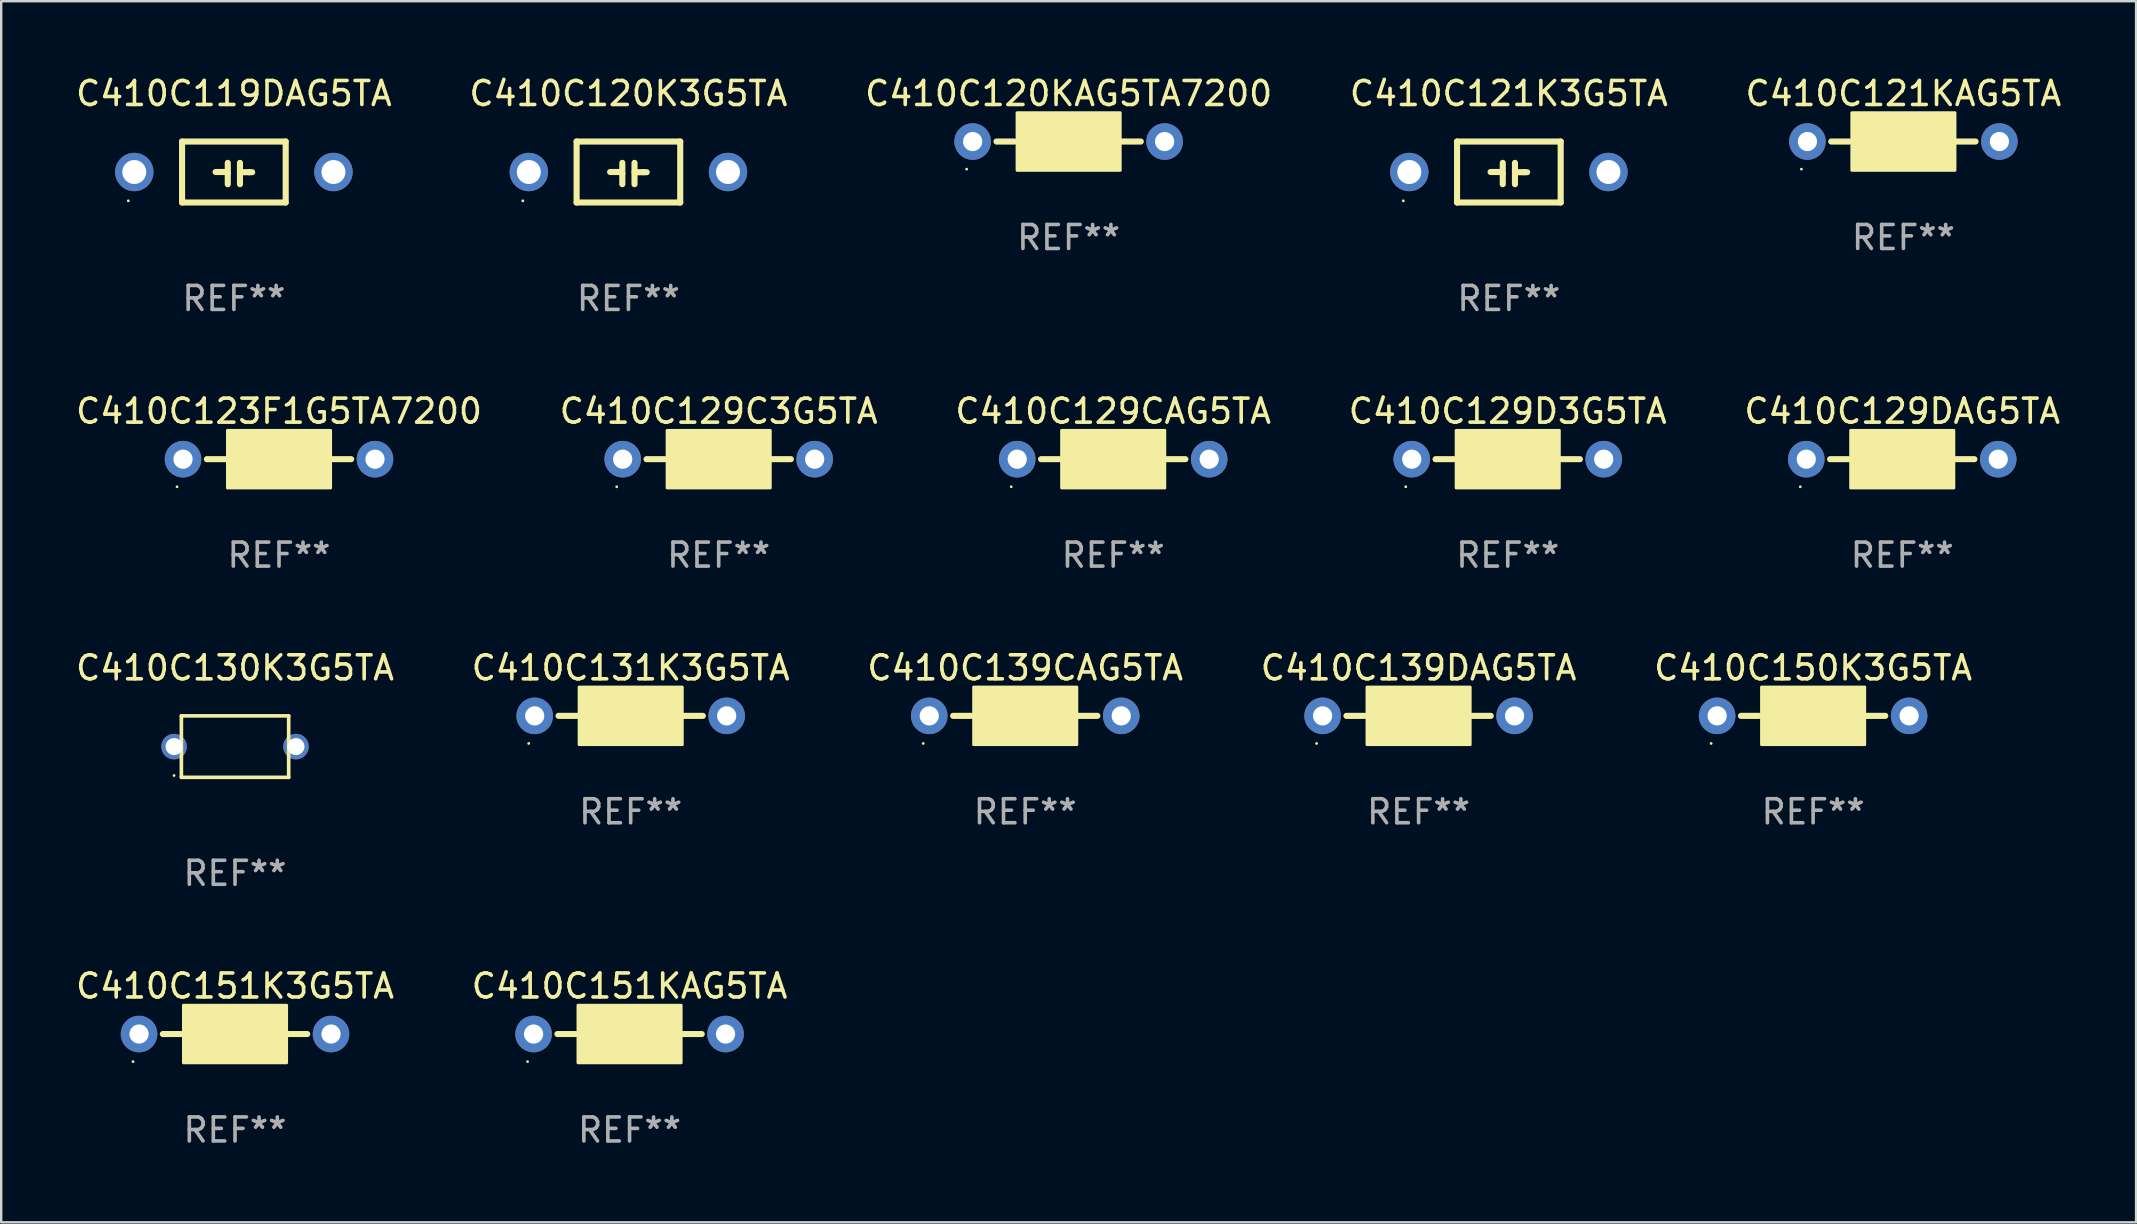
<source format=kicad_pcb>
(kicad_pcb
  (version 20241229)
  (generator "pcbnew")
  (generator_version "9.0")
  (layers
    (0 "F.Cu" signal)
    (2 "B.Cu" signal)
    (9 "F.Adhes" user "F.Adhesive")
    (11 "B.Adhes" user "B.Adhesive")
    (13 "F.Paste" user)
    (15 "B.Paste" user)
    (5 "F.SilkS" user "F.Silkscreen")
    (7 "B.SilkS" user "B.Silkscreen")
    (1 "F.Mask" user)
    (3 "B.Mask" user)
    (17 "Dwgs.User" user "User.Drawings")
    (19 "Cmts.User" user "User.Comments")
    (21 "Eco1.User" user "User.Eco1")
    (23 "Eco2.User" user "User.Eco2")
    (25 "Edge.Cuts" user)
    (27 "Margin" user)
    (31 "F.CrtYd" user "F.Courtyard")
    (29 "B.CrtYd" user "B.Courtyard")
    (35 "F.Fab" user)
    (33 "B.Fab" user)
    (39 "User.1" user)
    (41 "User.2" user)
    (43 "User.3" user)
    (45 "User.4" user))
  (footprint "C410C139DAG5TA"
    (layer "F.Cu")
    (at 56.065 26.781)
    (property "Reference" "C410C139DAG5TA" (at 0 -2 0) (layer "F.SilkS") (effects (font (size 1 1) (thickness 0.15))))
    (attr through_hole)
    (fp_line (start -2.25 0) (end -3.007 0) (stroke (width 0.254) (type solid)) (layer "F.SilkS"))
    (fp_line (start 2.2 0) (end 3.007 0) (stroke (width 0.254) (type solid)) (layer "F.SilkS"))
    (fp_circle (center -4.25 1.15) (end -4.22 1.15) (stroke (width 0.06) (type solid)) (fill no) (layer "F.SilkS"))
    (fp_poly (pts (xy -2.15 -1.2) (xy 2.15 -1.2) (xy 2.15 1.2) (xy -2.15 1.2)) (stroke (width 0.12) (type solid)) (fill yes) (layer "F.SilkS"))
    (fp_text user "REF**" (at 0 4 0) (layer "F.Fab") (effects (font (size 1 1) (thickness 0.15))))
    (pad "1" thru_hole circle (at -4 0) (size 1.524 1.524) (drill 0.8) (layers "*.Cu" "*.Mask"))
    (pad "2" thru_hole circle (at 4 0) (size 1.524 1.524) (drill 0.8) (layers "*.Cu" "*.Mask")))
  (footprint "C410C129D3G5TA"
    (layer "F.Cu")
    (at 59.78 16.085)
    (property "Reference" "C410C129D3G5TA" (at 0 -2 0) (layer "F.SilkS") (effects (font (size 1 1) (thickness 0.15))))
    (attr through_hole)
    (fp_line (start -2.25 0) (end -3.007 0) (stroke (width 0.254) (type solid)) (layer "F.SilkS"))
    (fp_line (start 2.2 0) (end 3.007 0) (stroke (width 0.254) (type solid)) (layer "F.SilkS"))
    (fp_circle (center -4.25 1.15) (end -4.22 1.15) (stroke (width 0.06) (type solid)) (fill no) (layer "F.SilkS"))
    (fp_poly (pts (xy -2.15 -1.2) (xy 2.15 -1.2) (xy 2.15 1.2) (xy -2.15 1.2)) (stroke (width 0.12) (type solid)) (fill yes) (layer "F.SilkS"))
    (fp_text user "REF**" (at 0 4 0) (layer "F.Fab") (effects (font (size 1 1) (thickness 0.15))))
    (pad "1" thru_hole circle (at -4 0) (size 1.524 1.524) (drill 0.8) (layers "*.Cu" "*.Mask"))
    (pad "2" thru_hole circle (at 4 0) (size 1.524 1.524) (drill 0.8) (layers "*.Cu" "*.Mask")))
  (footprint "C410C120K3G5TA"
    (layer "F.Cu")
    (at 23.137 4.118)
    (property "Reference" "C410C120K3G5TA" (at 0 -3.27 0) (layer "F.SilkS") (effects (font (size 1 1) (thickness 0.15))))
    (attr through_hole)
    (fp_line (start -2.159 -1.27) (end -2.159 1.27) (stroke (width 0.254) (type solid)) (layer "F.SilkS"))
    (fp_line (start -2.159 1.27) (end 2.159 1.27) (stroke (width 0.254) (type solid)) (layer "F.SilkS"))
    (fp_line (start -0.762 0) (end -0.322 0) (stroke (width 0.254) (type solid)) (layer "F.SilkS"))
    (fp_line (start -0.322 0) (end -0.254 0.068) (stroke (width 0.254) (type solid)) (layer "F.SilkS"))
    (fp_line (start -0.254 -0.381) (end -0.254 0.508) (stroke (width 0.254) (type solid)) (layer "F.SilkS"))
    (fp_line (start 0.254 -0.381) (end 0.254 0.508) (stroke (width 0.254) (type solid)) (layer "F.SilkS"))
    (fp_line (start 0.254 0.008) (end 0.635 0.008) (stroke (width 0.254) (type solid)) (layer "F.SilkS"))
    (fp_line (start 0.635 0.008) (end 0.762 0.008) (stroke (width 0.254) (type solid)) (layer "F.SilkS"))
    (fp_line (start 2.159 -1.27) (end -2.159 -1.27) (stroke (width 0.254) (type solid)) (layer "F.SilkS"))
    (fp_line (start 2.159 1.27) (end 2.159 -1.27) (stroke (width 0.254) (type solid)) (layer "F.SilkS"))
    (fp_circle (center -4.4 1.2) (end -4.37 1.2) (stroke (width 0.06) (type solid)) (fill no) (layer "F.SilkS"))
    (fp_text user "REF**" (at 0 5.27 0) (layer "F.Fab") (effects (font (size 1 1) (thickness 0.15))))
    (pad "1" thru_hole circle (at -4.15 0) (size 1.6 1.6) (drill 1) (layers "*.Cu" "*.Mask"))
    (pad "2" thru_hole circle (at 4.15 0) (size 1.6 1.6) (drill 1) (layers "*.Cu" "*.Mask")))
  (footprint "C410C131K3G5TA"
    (layer "F.Cu")
    (at 23.232 26.781)
    (property "Reference" "C410C131K3G5TA" (at 0 -2 0) (layer "F.SilkS") (effects (font (size 1 1) (thickness 0.15))))
    (attr through_hole)
    (fp_line (start -2.25 0) (end -3.007 0) (stroke (width 0.254) (type solid)) (layer "F.SilkS"))
    (fp_line (start 2.2 0) (end 3.007 0) (stroke (width 0.254) (type solid)) (layer "F.SilkS"))
    (fp_circle (center -4.25 1.15) (end -4.22 1.15) (stroke (width 0.06) (type solid)) (fill no) (layer "F.SilkS"))
    (fp_poly (pts (xy -2.15 -1.2) (xy 2.15 -1.2) (xy 2.15 1.2) (xy -2.15 1.2)) (stroke (width 0.12) (type solid)) (fill yes) (layer "F.SilkS"))
    (fp_text user "REF**" (at 0 4 0) (layer "F.Fab") (effects (font (size 1 1) (thickness 0.15))))
    (pad "1" thru_hole circle (at -4 0) (size 1.524 1.524) (drill 0.8) (layers "*.Cu" "*.Mask"))
    (pad "2" thru_hole circle (at 4 0) (size 1.524 1.524) (drill 0.8) (layers "*.Cu" "*.Mask")))
  (footprint "C410C129DAG5TA"
    (layer "F.Cu")
    (at 76.22 16.085)
    (property "Reference" "C410C129DAG5TA" (at 0 -2 0) (layer "F.SilkS") (effects (font (size 1 1) (thickness 0.15))))
    (attr through_hole)
    (fp_line (start -2.25 0) (end -3.007 0) (stroke (width 0.254) (type solid)) (layer "F.SilkS"))
    (fp_line (start 2.2 0) (end 3.007 0) (stroke (width 0.254) (type solid)) (layer "F.SilkS"))
    (fp_circle (center -4.25 1.15) (end -4.22 1.15) (stroke (width 0.06) (type solid)) (fill no) (layer "F.SilkS"))
    (fp_poly (pts (xy -2.15 -1.2) (xy 2.15 -1.2) (xy 2.15 1.2) (xy -2.15 1.2)) (stroke (width 0.12) (type solid)) (fill yes) (layer "F.SilkS"))
    (fp_text user "REF**" (at 0 4 0) (layer "F.Fab") (effects (font (size 1 1) (thickness 0.15))))
    (pad "1" thru_hole circle (at -4 0) (size 1.524 1.524) (drill 0.8) (layers "*.Cu" "*.Mask"))
    (pad "2" thru_hole circle (at 4 0) (size 1.524 1.524) (drill 0.8) (layers "*.Cu" "*.Mask")))
  (footprint "C410C119DAG5TA"
    (layer "F.Cu")
    (at 6.696 4.118)
    (property "Reference" "C410C119DAG5TA" (at 0 -3.27 0) (layer "F.SilkS") (effects (font (size 1 1) (thickness 0.15))))
    (attr through_hole)
    (fp_line (start -2.159 -1.27) (end -2.159 1.27) (stroke (width 0.254) (type solid)) (layer "F.SilkS"))
    (fp_line (start -2.159 1.27) (end 2.159 1.27) (stroke (width 0.254) (type solid)) (layer "F.SilkS"))
    (fp_line (start -0.762 0) (end -0.322 0) (stroke (width 0.254) (type solid)) (layer "F.SilkS"))
    (fp_line (start -0.322 0) (end -0.254 0.068) (stroke (width 0.254) (type solid)) (layer "F.SilkS"))
    (fp_line (start -0.254 -0.381) (end -0.254 0.508) (stroke (width 0.254) (type solid)) (layer "F.SilkS"))
    (fp_line (start 0.254 -0.381) (end 0.254 0.508) (stroke (width 0.254) (type solid)) (layer "F.SilkS"))
    (fp_line (start 0.254 0.008) (end 0.635 0.008) (stroke (width 0.254) (type solid)) (layer "F.SilkS"))
    (fp_line (start 0.635 0.008) (end 0.762 0.008) (stroke (width 0.254) (type solid)) (layer "F.SilkS"))
    (fp_line (start 2.159 -1.27) (end -2.159 -1.27) (stroke (width 0.254) (type solid)) (layer "F.SilkS"))
    (fp_line (start 2.159 1.27) (end 2.159 -1.27) (stroke (width 0.254) (type solid)) (layer "F.SilkS"))
    (fp_circle (center -4.4 1.2) (end -4.37 1.2) (stroke (width 0.06) (type solid)) (fill no) (layer "F.SilkS"))
    (fp_text user "REF**" (at 0 5.27 0) (layer "F.Fab") (effects (font (size 1 1) (thickness 0.15))))
    (pad "1" thru_hole circle (at -4.15 0) (size 1.6 1.6) (drill 1) (layers "*.Cu" "*.Mask"))
    (pad "2" thru_hole circle (at 4.15 0) (size 1.6 1.6) (drill 1) (layers "*.Cu" "*.Mask")))
  (footprint "C410C130K3G5TA"
    (layer "F.Cu")
    (at 6.744 28.062)
    (property "Reference" "C410C130K3G5TA" (at 0 -3.281 0) (layer "F.SilkS") (effects (font (size 1 1) (thickness 0.15))))
    (attr through_hole)
    (fp_line (start -2.236 -1.281) (end 2.236 -1.281) (stroke (width 0.152) (type solid)) (layer "F.SilkS"))
    (fp_line (start -2.236 1.281) (end -2.236 -1.281) (stroke (width 0.152) (type solid)) (layer "F.SilkS"))
    (fp_line (start 2.236 -1.281) (end 2.236 1.281) (stroke (width 0.152) (type solid)) (layer "F.SilkS"))
    (fp_line (start 2.236 1.281) (end -2.236 1.281) (stroke (width 0.152) (type solid)) (layer "F.SilkS"))
    (fp_circle (center -2.54 1.205) (end -2.51 1.205) (stroke (width 0.06) (type solid)) (fill no) (layer "F.SilkS"))
    (fp_text user "REF**" (at 0 5.281 0) (layer "F.Fab") (effects (font (size 1 1) (thickness 0.15))))
    (pad "1" thru_hole circle (at -2.54 0) (size 1.065 1.065) (drill 0.71) (layers "*.Cu" "*.Mask"))
    (pad "2" thru_hole circle (at 2.54 0) (size 1.065 1.065) (drill 0.71) (layers "*.Cu" "*.Mask")))
  (footprint "C410C139CAG5TA"
    (layer "F.Cu")
    (at 39.673 26.781)
    (property "Reference" "C410C139CAG5TA" (at 0 -2 0) (layer "F.SilkS") (effects (font (size 1 1) (thickness 0.15))))
    (attr through_hole)
    (fp_line (start -2.25 0) (end -3.007 0) (stroke (width 0.254) (type solid)) (layer "F.SilkS"))
    (fp_line (start 2.2 0) (end 3.007 0) (stroke (width 0.254) (type solid)) (layer "F.SilkS"))
    (fp_circle (center -4.25 1.15) (end -4.22 1.15) (stroke (width 0.06) (type solid)) (fill no) (layer "F.SilkS"))
    (fp_poly (pts (xy -2.15 -1.2) (xy 2.15 -1.2) (xy 2.15 1.2) (xy -2.15 1.2)) (stroke (width 0.12) (type solid)) (fill yes) (layer "F.SilkS"))
    (fp_text user "REF**" (at 0 4 0) (layer "F.Fab") (effects (font (size 1 1) (thickness 0.15))))
    (pad "1" thru_hole circle (at -4 0) (size 1.524 1.524) (drill 0.8) (layers "*.Cu" "*.Mask"))
    (pad "2" thru_hole circle (at 4 0) (size 1.524 1.524) (drill 0.8) (layers "*.Cu" "*.Mask")))
  (footprint "C410C129CAG5TA"
    (layer "F.Cu")
    (at 43.339 16.085)
    (property "Reference" "C410C129CAG5TA" (at 0 -2 0) (layer "F.SilkS") (effects (font (size 1 1) (thickness 0.15))))
    (attr through_hole)
    (fp_line (start -2.25 0) (end -3.007 0) (stroke (width 0.254) (type solid)) (layer "F.SilkS"))
    (fp_line (start 2.2 0) (end 3.007 0) (stroke (width 0.254) (type solid)) (layer "F.SilkS"))
    (fp_circle (center -4.25 1.15) (end -4.22 1.15) (stroke (width 0.06) (type solid)) (fill no) (layer "F.SilkS"))
    (fp_poly (pts (xy -2.15 -1.2) (xy 2.15 -1.2) (xy 2.15 1.2) (xy -2.15 1.2)) (stroke (width 0.12) (type solid)) (fill yes) (layer "F.SilkS"))
    (fp_text user "REF**" (at 0 4 0) (layer "F.Fab") (effects (font (size 1 1) (thickness 0.15))))
    (pad "1" thru_hole circle (at -4 0) (size 1.524 1.524) (drill 0.8) (layers "*.Cu" "*.Mask"))
    (pad "2" thru_hole circle (at 4 0) (size 1.524 1.524) (drill 0.8) (layers "*.Cu" "*.Mask")))
  (footprint "C410C123F1G5TA7200"
    (layer "F.Cu")
    (at 8.577 16.085)
    (property "Reference" "C410C123F1G5TA7200" (at 0 -2 0) (layer "F.SilkS") (effects (font (size 1 1) (thickness 0.15))))
    (attr through_hole)
    (fp_line (start -2.25 0) (end -3.007 0) (stroke (width 0.254) (type solid)) (layer "F.SilkS"))
    (fp_line (start 2.2 0) (end 3.007 0) (stroke (width 0.254) (type solid)) (layer "F.SilkS"))
    (fp_circle (center -4.25 1.15) (end -4.22 1.15) (stroke (width 0.06) (type solid)) (fill no) (layer "F.SilkS"))
    (fp_poly (pts (xy -2.15 -1.2) (xy 2.15 -1.2) (xy 2.15 1.2) (xy -2.15 1.2)) (stroke (width 0.12) (type solid)) (fill yes) (layer "F.SilkS"))
    (fp_text user "REF**" (at 0 4 0) (layer "F.Fab") (effects (font (size 1 1) (thickness 0.15))))
    (pad "1" thru_hole circle (at -4 0) (size 1.524 1.524) (drill 0.8) (layers "*.Cu" "*.Mask"))
    (pad "2" thru_hole circle (at 4 0) (size 1.524 1.524) (drill 0.8) (layers "*.Cu" "*.Mask")))
  (footprint "C410C120KAG5TA7200"
    (layer "F.Cu")
    (at 41.482 2.848)
    (property "Reference" "C410C120KAG5TA7200" (at 0 -2 0) (layer "F.SilkS") (effects (font (size 1 1) (thickness 0.15))))
    (attr through_hole)
    (fp_line (start -2.25 0) (end -3.007 0) (stroke (width 0.254) (type solid)) (layer "F.SilkS"))
    (fp_line (start 2.2 0) (end 3.007 0) (stroke (width 0.254) (type solid)) (layer "F.SilkS"))
    (fp_circle (center -4.25 1.15) (end -4.22 1.15) (stroke (width 0.06) (type solid)) (fill no) (layer "F.SilkS"))
    (fp_poly (pts (xy -2.15 -1.2) (xy 2.15 -1.2) (xy 2.15 1.2) (xy -2.15 1.2)) (stroke (width 0.12) (type solid)) (fill yes) (layer "F.SilkS"))
    (fp_text user "REF**" (at 0 4 0) (layer "F.Fab") (effects (font (size 1 1) (thickness 0.15))))
    (pad "1" thru_hole circle (at -4 0) (size 1.524 1.524) (drill 0.8) (layers "*.Cu" "*.Mask"))
    (pad "2" thru_hole circle (at 4 0) (size 1.524 1.524) (drill 0.8) (layers "*.Cu" "*.Mask")))
  (footprint "C410C121K3G5TA"
    (layer "F.Cu")
    (at 59.827 4.118)
    (property "Reference" "C410C121K3G5TA" (at 0 -3.27 0) (layer "F.SilkS") (effects (font (size 1 1) (thickness 0.15))))
    (attr through_hole)
    (fp_line (start -2.159 -1.27) (end -2.159 1.27) (stroke (width 0.254) (type solid)) (layer "F.SilkS"))
    (fp_line (start -2.159 1.27) (end 2.159 1.27) (stroke (width 0.254) (type solid)) (layer "F.SilkS"))
    (fp_line (start -0.762 0) (end -0.322 0) (stroke (width 0.254) (type solid)) (layer "F.SilkS"))
    (fp_line (start -0.322 0) (end -0.254 0.068) (stroke (width 0.254) (type solid)) (layer "F.SilkS"))
    (fp_line (start -0.254 -0.381) (end -0.254 0.508) (stroke (width 0.254) (type solid)) (layer "F.SilkS"))
    (fp_line (start 0.254 -0.381) (end 0.254 0.508) (stroke (width 0.254) (type solid)) (layer "F.SilkS"))
    (fp_line (start 0.254 0.008) (end 0.635 0.008) (stroke (width 0.254) (type solid)) (layer "F.SilkS"))
    (fp_line (start 0.635 0.008) (end 0.762 0.008) (stroke (width 0.254) (type solid)) (layer "F.SilkS"))
    (fp_line (start 2.159 -1.27) (end -2.159 -1.27) (stroke (width 0.254) (type solid)) (layer "F.SilkS"))
    (fp_line (start 2.159 1.27) (end 2.159 -1.27) (stroke (width 0.254) (type solid)) (layer "F.SilkS"))
    (fp_circle (center -4.4 1.2) (end -4.37 1.2) (stroke (width 0.06) (type solid)) (fill no) (layer "F.SilkS"))
    (fp_text user "REF**" (at 0 5.27 0) (layer "F.Fab") (effects (font (size 1 1) (thickness 0.15))))
    (pad "1" thru_hole circle (at -4.15 0) (size 1.6 1.6) (drill 1) (layers "*.Cu" "*.Mask"))
    (pad "2" thru_hole circle (at 4.15 0) (size 1.6 1.6) (drill 1) (layers "*.Cu" "*.Mask")))
  (footprint "C410C129C3G5TA"
    (layer "F.Cu")
    (at 26.899 16.085)
    (property "Reference" "C410C129C3G5TA" (at 0 -2 0) (layer "F.SilkS") (effects (font (size 1 1) (thickness 0.15))))
    (attr through_hole)
    (fp_line (start -2.25 0) (end -3.007 0) (stroke (width 0.254) (type solid)) (layer "F.SilkS"))
    (fp_line (start 2.2 0) (end 3.007 0) (stroke (width 0.254) (type solid)) (layer "F.SilkS"))
    (fp_circle (center -4.25 1.15) (end -4.22 1.15) (stroke (width 0.06) (type solid)) (fill no) (layer "F.SilkS"))
    (fp_poly (pts (xy -2.15 -1.2) (xy 2.15 -1.2) (xy 2.15 1.2) (xy -2.15 1.2)) (stroke (width 0.12) (type solid)) (fill yes) (layer "F.SilkS"))
    (fp_text user "REF**" (at 0 4 0) (layer "F.Fab") (effects (font (size 1 1) (thickness 0.15))))
    (pad "1" thru_hole circle (at -4 0) (size 1.524 1.524) (drill 0.8) (layers "*.Cu" "*.Mask"))
    (pad "2" thru_hole circle (at 4 0) (size 1.524 1.524) (drill 0.8) (layers "*.Cu" "*.Mask")))
  (footprint "C410C151KAG5TA"
    (layer "F.Cu")
    (at 23.185 40.04)
    (property "Reference" "C410C151KAG5TA" (at 0 -2 0) (layer "F.SilkS") (effects (font (size 1 1) (thickness 0.15))))
    (attr through_hole)
    (fp_line (start -2.25 0) (end -3.007 0) (stroke (width 0.254) (type solid)) (layer "F.SilkS"))
    (fp_line (start 2.2 0) (end 3.007 0) (stroke (width 0.254) (type solid)) (layer "F.SilkS"))
    (fp_circle (center -4.25 1.15) (end -4.22 1.15) (stroke (width 0.06) (type solid)) (fill no) (layer "F.SilkS"))
    (fp_poly (pts (xy -2.15 -1.2) (xy 2.15 -1.2) (xy 2.15 1.2) (xy -2.15 1.2)) (stroke (width 0.12) (type solid)) (fill yes) (layer "F.SilkS"))
    (fp_text user "REF**" (at 0 4 0) (layer "F.Fab") (effects (font (size 1 1) (thickness 0.15))))
    (pad "1" thru_hole circle (at -4 0) (size 1.524 1.524) (drill 0.8) (layers "*.Cu" "*.Mask"))
    (pad "2" thru_hole circle (at 4 0) (size 1.524 1.524) (drill 0.8) (layers "*.Cu" "*.Mask")))
  (footprint "C410C121KAG5TA"
    (layer "F.Cu")
    (at 76.268 2.848)
    (property "Reference" "C410C121KAG5TA" (at 0 -2 0) (layer "F.SilkS") (effects (font (size 1 1) (thickness 0.15))))
    (attr through_hole)
    (fp_line (start -2.25 0) (end -3.007 0) (stroke (width 0.254) (type solid)) (layer "F.SilkS"))
    (fp_line (start 2.2 0) (end 3.007 0) (stroke (width 0.254) (type solid)) (layer "F.SilkS"))
    (fp_circle (center -4.25 1.15) (end -4.22 1.15) (stroke (width 0.06) (type solid)) (fill no) (layer "F.SilkS"))
    (fp_poly (pts (xy -2.15 -1.2) (xy 2.15 -1.2) (xy 2.15 1.2) (xy -2.15 1.2)) (stroke (width 0.12) (type solid)) (fill yes) (layer "F.SilkS"))
    (fp_text user "REF**" (at 0 4 0) (layer "F.Fab") (effects (font (size 1 1) (thickness 0.15))))
    (pad "1" thru_hole circle (at -4 0) (size 1.524 1.524) (drill 0.8) (layers "*.Cu" "*.Mask"))
    (pad "2" thru_hole circle (at 4 0) (size 1.524 1.524) (drill 0.8) (layers "*.Cu" "*.Mask")))
  (footprint "C410C151K3G5TA"
    (layer "F.Cu")
    (at 6.744 40.04)
    (property "Reference" "C410C151K3G5TA" (at 0 -2 0) (layer "F.SilkS") (effects (font (size 1 1) (thickness 0.15))))
    (attr through_hole)
    (fp_line (start -2.25 0) (end -3.007 0) (stroke (width 0.254) (type solid)) (layer "F.SilkS"))
    (fp_line (start 2.2 0) (end 3.007 0) (stroke (width 0.254) (type solid)) (layer "F.SilkS"))
    (fp_circle (center -4.25 1.15) (end -4.22 1.15) (stroke (width 0.06) (type solid)) (fill no) (layer "F.SilkS"))
    (fp_poly (pts (xy -2.15 -1.2) (xy 2.15 -1.2) (xy 2.15 1.2) (xy -2.15 1.2)) (stroke (width 0.12) (type solid)) (fill yes) (layer "F.SilkS"))
    (fp_text user "REF**" (at 0 4 0) (layer "F.Fab") (effects (font (size 1 1) (thickness 0.15))))
    (pad "1" thru_hole circle (at -4 0) (size 1.524 1.524) (drill 0.8) (layers "*.Cu" "*.Mask"))
    (pad "2" thru_hole circle (at 4 0) (size 1.524 1.524) (drill 0.8) (layers "*.Cu" "*.Mask")))
  (footprint "C410C150K3G5TA"
    (layer "F.Cu")
    (at 72.506 26.781)
    (property "Reference" "C410C150K3G5TA" (at 0 -2 0) (layer "F.SilkS") (effects (font (size 1 1) (thickness 0.15))))
    (attr through_hole)
    (fp_line (start -2.25 0) (end -3.007 0) (stroke (width 0.254) (type solid)) (layer "F.SilkS"))
    (fp_line (start 2.2 0) (end 3.007 0) (stroke (width 0.254) (type solid)) (layer "F.SilkS"))
    (fp_circle (center -4.25 1.15) (end -4.22 1.15) (stroke (width 0.06) (type solid)) (fill no) (layer "F.SilkS"))
    (fp_poly (pts (xy -2.15 -1.2) (xy 2.15 -1.2) (xy 2.15 1.2) (xy -2.15 1.2)) (stroke (width 0.12) (type solid)) (fill yes) (layer "F.SilkS"))
    (fp_text user "REF**" (at 0 4 0) (layer "F.Fab") (effects (font (size 1 1) (thickness 0.15))))
    (pad "1" thru_hole circle (at -4 0) (size 1.524 1.524) (drill 0.8) (layers "*.Cu" "*.Mask"))
    (pad "2" thru_hole circle (at 4 0) (size 1.524 1.524) (drill 0.8) (layers "*.Cu" "*.Mask")))
  (gr_rect
    (start -3 -3)
    (end 85.964 47.888)
    (stroke (width 0.1) (type default))
    (fill no)
    (layer "Edge.Cuts")))
</source>
